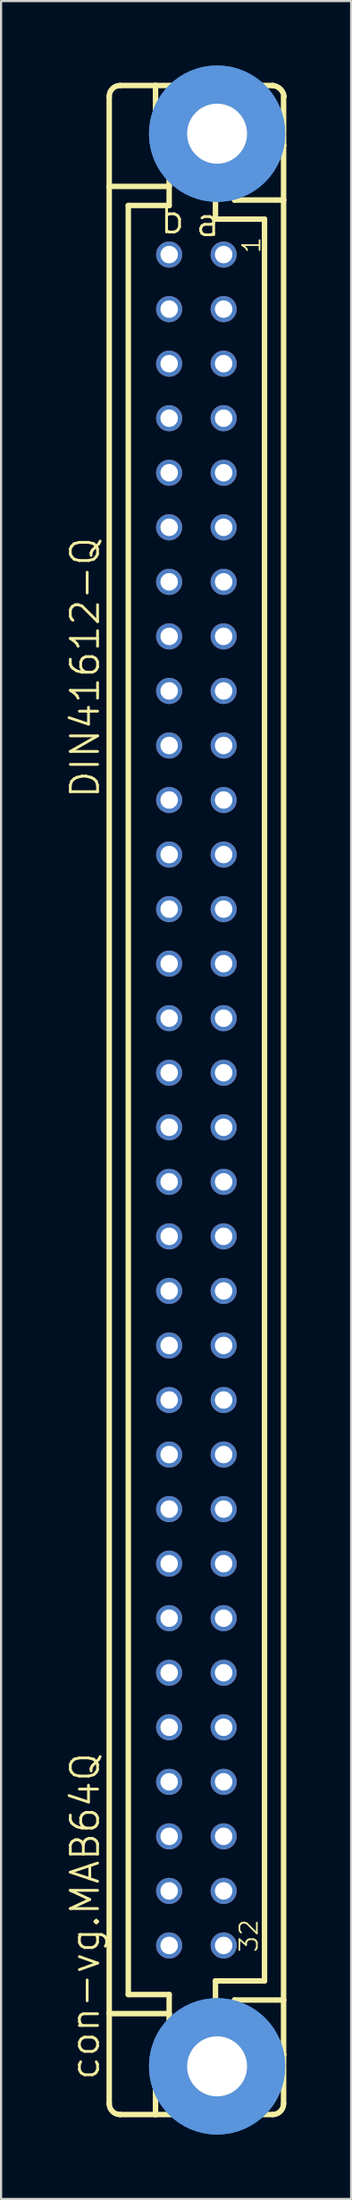
<source format=kicad_pcb>
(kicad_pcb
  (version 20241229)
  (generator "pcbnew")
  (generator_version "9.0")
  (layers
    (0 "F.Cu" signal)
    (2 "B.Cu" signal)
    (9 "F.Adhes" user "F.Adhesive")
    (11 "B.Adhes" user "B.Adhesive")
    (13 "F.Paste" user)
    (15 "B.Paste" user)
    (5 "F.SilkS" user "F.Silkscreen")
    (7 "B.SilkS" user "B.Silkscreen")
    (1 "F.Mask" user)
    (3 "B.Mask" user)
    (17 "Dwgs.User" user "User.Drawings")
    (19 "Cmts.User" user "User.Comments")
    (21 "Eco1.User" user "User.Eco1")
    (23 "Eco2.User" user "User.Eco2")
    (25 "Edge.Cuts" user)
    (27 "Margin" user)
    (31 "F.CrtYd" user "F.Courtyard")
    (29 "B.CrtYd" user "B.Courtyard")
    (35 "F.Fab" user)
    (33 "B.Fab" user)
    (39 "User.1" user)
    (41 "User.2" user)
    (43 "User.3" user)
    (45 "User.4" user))
  (footprint "con-vg.MAB64Q"
    (layer "F.Cu")
    (at 6.105 48.175)
    (property "Reference" "con-vg.MAB64Q" (at -4.445 45.72 90) (layer "F.SilkS") (effects (font (size 1.27 1.27) (thickness 0.13)) (justify left bottom)))
    (attr through_hole)
    (fp_line (start -4.064 -42.545) (end -4.064 -46.736) (stroke (width 0.254) (type default)) (layer "F.SilkS"))
    (fp_line (start -4.064 -42.545) (end -4.064 42.545) (stroke (width 0.254) (type default)) (layer "F.SilkS"))
    (fp_line (start -4.064 42.545) (end -4.064 46.736) (stroke (width 0.254) (type default)) (layer "F.SilkS"))
    (fp_line (start -3.556 47.244) (end -1.905 47.244) (stroke (width 0.254) (type default)) (layer "F.SilkS"))
    (fp_line (start -3.175 41.656) (end -3.175 -41.656) (stroke (width 0.254) (type default)) (layer "F.SilkS"))
    (fp_line (start -1.905 -47.244) (end -3.556 -47.244) (stroke (width 0.254) (type default)) (layer "F.SilkS"))
    (fp_line (start -1.905 -47.244) (end -1.905 -44.45) (stroke (width 0.254) (type default)) (layer "F.SilkS"))
    (fp_line (start -1.905 47.244) (end -1.905 44.45) (stroke (width 0.254) (type default)) (layer "F.SilkS"))
    (fp_line (start -1.905 47.244) (end 3.556 47.244) (stroke (width 0.254) (type default)) (layer "F.SilkS"))
    (fp_line (start -1.27 -42.545) (end -4.064 -42.545) (stroke (width 0.254) (type default)) (layer "F.SilkS"))
    (fp_line (start -1.27 -42.545) (end -1.27 -43.688) (stroke (width 0.254) (type default)) (layer "F.SilkS"))
    (fp_line (start -1.27 -42.545) (end -1.27 -41.656) (stroke (width 0.254) (type default)) (layer "F.SilkS"))
    (fp_line (start -1.27 -41.656) (end -3.175 -41.656) (stroke (width 0.254) (type default)) (layer "F.SilkS"))
    (fp_line (start -1.27 41.656) (end -3.175 41.656) (stroke (width 0.254) (type default)) (layer "F.SilkS"))
    (fp_line (start -1.27 42.545) (end -4.064 42.545) (stroke (width 0.254) (type default)) (layer "F.SilkS"))
    (fp_line (start -1.27 42.545) (end -1.27 41.656) (stroke (width 0.254) (type default)) (layer "F.SilkS"))
    (fp_line (start -1.27 42.545) (end -1.27 43.688) (stroke (width 0.254) (type default)) (layer "F.SilkS"))
    (fp_line (start -0.381 -42.545) (end -1.905 -44.45) (stroke (width 0.254) (type default)) (layer "F.SilkS"))
    (fp_line (start -0.381 -42.545) (end 0.889 -42.545) (stroke (width 0.254) (type default)) (layer "F.SilkS"))
    (fp_line (start -0.381 42.545) (end -1.905 44.45) (stroke (width 0.254) (type default)) (layer "F.SilkS"))
    (fp_line (start -0.381 42.545) (end 0.889 42.545) (stroke (width 0.254) (type default)) (layer "F.SilkS"))
    (fp_line (start 0.889 -42.545) (end 1.778 -42.545) (stroke (width 0.254) (type default)) (layer "F.SilkS"))
    (fp_line (start 0.889 -41.021) (end 0.889 -42.545) (stroke (width 0.254) (type default)) (layer "F.SilkS"))
    (fp_line (start 0.889 42.545) (end 0.889 41.021) (stroke (width 0.254) (type default)) (layer "F.SilkS"))
    (fp_line (start 0.889 42.545) (end 1.778 42.545) (stroke (width 0.254) (type default)) (layer "F.SilkS"))
    (fp_line (start 1.778 -42.545) (end 1.778 -41.91) (stroke (width 0.254) (type default)) (layer "F.SilkS"))
    (fp_line (start 1.778 -42.545) (end 2.667 -42.545) (stroke (width 0.254) (type default)) (layer "F.SilkS"))
    (fp_line (start 1.778 -41.91) (end 4.064 -41.91) (stroke (width 0.254) (type default)) (layer "F.SilkS"))
    (fp_line (start 1.778 41.91) (end 4.064 41.91) (stroke (width 0.254) (type default)) (layer "F.SilkS"))
    (fp_line (start 1.778 42.545) (end 1.778 41.91) (stroke (width 0.254) (type default)) (layer "F.SilkS"))
    (fp_line (start 1.778 42.545) (end 2.667 42.545) (stroke (width 0.254) (type default)) (layer "F.SilkS"))
    (fp_line (start 2.667 -42.545) (end 4.064 -44.45) (stroke (width 0.254) (type default)) (layer "F.SilkS"))
    (fp_line (start 2.667 42.545) (end 4.064 44.45) (stroke (width 0.254) (type default)) (layer "F.SilkS"))
    (fp_line (start 3.175 -41.021) (end 0.889 -41.021) (stroke (width 0.254) (type default)) (layer "F.SilkS"))
    (fp_line (start 3.175 41.021) (end 0.889 41.021) (stroke (width 0.254) (type default)) (layer "F.SilkS"))
    (fp_line (start 3.175 41.021) (end 3.175 -41.021) (stroke (width 0.254) (type default)) (layer "F.SilkS"))
    (fp_line (start 3.556 -47.244) (end -1.905 -47.244) (stroke (width 0.254) (type default)) (layer "F.SilkS"))
    (fp_line (start 4.064 -44.45) (end 4.064 -46.736) (stroke (width 0.254) (type default)) (layer "F.SilkS"))
    (fp_line (start 4.064 -44.45) (end 4.064 -41.91) (stroke (width 0.254) (type default)) (layer "F.SilkS"))
    (fp_line (start 4.064 -41.91) (end 4.064 41.91) (stroke (width 0.254) (type default)) (layer "F.SilkS"))
    (fp_line (start 4.064 41.91) (end 4.064 44.45) (stroke (width 0.254) (type default)) (layer "F.SilkS"))
    (fp_line (start 4.064 44.45) (end 4.064 46.736) (stroke (width 0.254) (type default)) (layer "F.SilkS"))
    (fp_arc (start -4.064 -46.736) (mid -3.91521 -47.09521) (end -3.556 -47.244) (stroke (width 0.254) (type default)) (layer "F.SilkS"))
    (fp_arc (start -3.556 47.244) (mid -3.91521 47.09521) (end -4.064 46.736) (stroke (width 0.254) (type default)) (layer "F.SilkS"))
    (fp_arc (start 3.556 -47.244) (mid 3.909437 -47.084315) (end 4.086 -46.739) (stroke (width 0.254) (type default)) (layer "F.SilkS"))
    (fp_arc (start 4.064 46.736) (mid 3.91521 47.09521) (end 3.556 47.244) (stroke (width 0.254) (type default)) (layer "F.SilkS"))
    (fp_circle (center 0.965 -45) (end 2.235 -45) (stroke (width 0.254) (type default)) (fill no) (layer "F.SilkS"))
    (fp_circle (center 0.965 45) (end 2.235 45) (stroke (width 0.254) (type default)) (fill no) (layer "F.SilkS"))
    (fp_circle (center 0.965 -45) (end 3.251 -45) (stroke (width 1.778) (type default)) (fill no) (layer "Cmts.User"))
    (fp_circle (center 0.965 -45) (end 3.251 -45) (stroke (width 1.778) (type default)) (fill no) (layer "Cmts.User"))
    (fp_circle (center 0.965 45) (end 3.251 45) (stroke (width 1.778) (type default)) (fill no) (layer "Cmts.User"))
    (fp_circle (center 0.965 45) (end 3.251 45) (stroke (width 1.778) (type default)) (fill no) (layer "Cmts.User"))
    (fp_text user "a" (at -0.127 -40.132 0) (layer "F.SilkS") (effects (font (size 1.27 1.27) (thickness 0.13)) (justify left bottom)))
    (fp_text user "DIN41612-Q" (at -4.445 -13.97 90) (layer "F.SilkS") (effects (font (size 1.27 1.27) (thickness 0.13)) (justify left bottom)))
    (fp_text user "1" (at 3.048 -39.37 90) (layer "F.SilkS") (effects (font (size 0.813 0.813) (thickness 0.08)) (justify left bottom)))
    (fp_text user "32" (at 2.921 39.751 90) (layer "F.SilkS") (effects (font (size 0.813 0.813) (thickness 0.08)) (justify left bottom)))
    (fp_text user "b" (at -1.778 -40.259 0) (layer "F.SilkS") (effects (font (size 1.27 1.27) (thickness 0.13)) (justify left bottom)))
    (pad "" np_thru_hole circle (at 0.965 -45) (size 2.794 2.794) (drill 2.794) (layers "*.Cu" "*.Mask"))
    (pad "" np_thru_hole circle (at 0.965 45) (size 2.794 2.794) (drill 2.794) (layers "*.Cu" "*.Mask"))
    (pad "A1" thru_hole circle (at 1.27 -39.37) (size 1.219 1.219) (drill 0.813) (layers "*.Cu" "*.Mask"))
    (pad "A2" thru_hole circle (at 1.27 -36.83) (size 1.219 1.219) (drill 0.813) (layers "*.Cu" "*.Mask"))
    (pad "A3" thru_hole circle (at 1.27 -34.29) (size 1.219 1.219) (drill 0.813) (layers "*.Cu" "*.Mask"))
    (pad "A4" thru_hole circle (at 1.27 -31.75) (size 1.219 1.219) (drill 0.813) (layers "*.Cu" "*.Mask"))
    (pad "A5" thru_hole circle (at 1.27 -29.21) (size 1.219 1.219) (drill 0.813) (layers "*.Cu" "*.Mask"))
    (pad "A6" thru_hole circle (at 1.27 -26.67) (size 1.219 1.219) (drill 0.813) (layers "*.Cu" "*.Mask"))
    (pad "A7" thru_hole circle (at 1.27 -24.13) (size 1.219 1.219) (drill 0.813) (layers "*.Cu" "*.Mask"))
    (pad "A8" thru_hole circle (at 1.27 -21.59) (size 1.219 1.219) (drill 0.813) (layers "*.Cu" "*.Mask"))
    (pad "A9" thru_hole circle (at 1.27 -19.05) (size 1.219 1.219) (drill 0.813) (layers "*.Cu" "*.Mask"))
    (pad "A10" thru_hole circle (at 1.27 -16.51) (size 1.219 1.219) (drill 0.813) (layers "*.Cu" "*.Mask"))
    (pad "A11" thru_hole circle (at 1.27 -13.97) (size 1.219 1.219) (drill 0.813) (layers "*.Cu" "*.Mask"))
    (pad "A12" thru_hole circle (at 1.27 -11.43) (size 1.219 1.219) (drill 0.813) (layers "*.Cu" "*.Mask"))
    (pad "A13" thru_hole circle (at 1.27 -8.89) (size 1.219 1.219) (drill 0.813) (layers "*.Cu" "*.Mask"))
    (pad "A14" thru_hole circle (at 1.27 -6.35) (size 1.219 1.219) (drill 0.813) (layers "*.Cu" "*.Mask"))
    (pad "A15" thru_hole circle (at 1.27 -3.81) (size 1.219 1.219) (drill 0.813) (layers "*.Cu" "*.Mask"))
    (pad "A16" thru_hole circle (at 1.27 -1.27) (size 1.219 1.219) (drill 0.813) (layers "*.Cu" "*.Mask"))
    (pad "A17" thru_hole circle (at 1.27 1.27) (size 1.219 1.219) (drill 0.813) (layers "*.Cu" "*.Mask"))
    (pad "A18" thru_hole circle (at 1.27 3.81) (size 1.219 1.219) (drill 0.813) (layers "*.Cu" "*.Mask"))
    (pad "A19" thru_hole circle (at 1.27 6.35) (size 1.219 1.219) (drill 0.813) (layers "*.Cu" "*.Mask"))
    (pad "A20" thru_hole circle (at 1.27 8.89) (size 1.219 1.219) (drill 0.813) (layers "*.Cu" "*.Mask"))
    (pad "A21" thru_hole circle (at 1.27 11.43) (size 1.219 1.219) (drill 0.813) (layers "*.Cu" "*.Mask"))
    (pad "A22" thru_hole circle (at 1.27 13.97) (size 1.219 1.219) (drill 0.813) (layers "*.Cu" "*.Mask"))
    (pad "A23" thru_hole circle (at 1.27 16.51) (size 1.219 1.219) (drill 0.813) (layers "*.Cu" "*.Mask"))
    (pad "A24" thru_hole circle (at 1.27 19.05) (size 1.219 1.219) (drill 0.813) (layers "*.Cu" "*.Mask"))
    (pad "A25" thru_hole circle (at 1.27 21.59) (size 1.219 1.219) (drill 0.813) (layers "*.Cu" "*.Mask"))
    (pad "A26" thru_hole circle (at 1.27 24.13) (size 1.219 1.219) (drill 0.813) (layers "*.Cu" "*.Mask"))
    (pad "A27" thru_hole circle (at 1.27 26.67) (size 1.219 1.219) (drill 0.813) (layers "*.Cu" "*.Mask"))
    (pad "A28" thru_hole circle (at 1.27 29.21) (size 1.219 1.219) (drill 0.813) (layers "*.Cu" "*.Mask"))
    (pad "A29" thru_hole circle (at 1.27 31.75) (size 1.219 1.219) (drill 0.813) (layers "*.Cu" "*.Mask"))
    (pad "A30" thru_hole circle (at 1.27 34.29) (size 1.219 1.219) (drill 0.813) (layers "*.Cu" "*.Mask"))
    (pad "A31" thru_hole circle (at 1.27 36.83) (size 1.219 1.219) (drill 0.813) (layers "*.Cu" "*.Mask"))
    (pad "A32" thru_hole circle (at 1.27 39.37) (size 1.219 1.219) (drill 0.813) (layers "*.Cu" "*.Mask"))
    (pad "B1" thru_hole circle (at -1.27 -39.37) (size 1.219 1.219) (drill 0.813) (layers "*.Cu" "*.Mask"))
    (pad "B2" thru_hole circle (at -1.27 -36.83) (size 1.219 1.219) (drill 0.813) (layers "*.Cu" "*.Mask"))
    (pad "B3" thru_hole circle (at -1.27 -34.29) (size 1.219 1.219) (drill 0.813) (layers "*.Cu" "*.Mask"))
    (pad "B4" thru_hole circle (at -1.27 -31.75) (size 1.219 1.219) (drill 0.813) (layers "*.Cu" "*.Mask"))
    (pad "B5" thru_hole circle (at -1.27 -29.21) (size 1.219 1.219) (drill 0.813) (layers "*.Cu" "*.Mask"))
    (pad "B6" thru_hole circle (at -1.27 -26.67) (size 1.219 1.219) (drill 0.813) (layers "*.Cu" "*.Mask"))
    (pad "B7" thru_hole circle (at -1.27 -24.13) (size 1.219 1.219) (drill 0.813) (layers "*.Cu" "*.Mask"))
    (pad "B8" thru_hole circle (at -1.27 -21.59) (size 1.219 1.219) (drill 0.813) (layers "*.Cu" "*.Mask"))
    (pad "B9" thru_hole circle (at -1.27 -19.05) (size 1.219 1.219) (drill 0.813) (layers "*.Cu" "*.Mask"))
    (pad "B10" thru_hole circle (at -1.27 -16.51) (size 1.219 1.219) (drill 0.813) (layers "*.Cu" "*.Mask"))
    (pad "B11" thru_hole circle (at -1.27 -13.97) (size 1.219 1.219) (drill 0.813) (layers "*.Cu" "*.Mask"))
    (pad "B12" thru_hole circle (at -1.27 -11.43) (size 1.219 1.219) (drill 0.813) (layers "*.Cu" "*.Mask"))
    (pad "B13" thru_hole circle (at -1.27 -8.89) (size 1.219 1.219) (drill 0.813) (layers "*.Cu" "*.Mask"))
    (pad "B14" thru_hole circle (at -1.27 -6.35) (size 1.219 1.219) (drill 0.813) (layers "*.Cu" "*.Mask"))
    (pad "B15" thru_hole circle (at -1.27 -3.81) (size 1.219 1.219) (drill 0.813) (layers "*.Cu" "*.Mask"))
    (pad "B16" thru_hole circle (at -1.27 -1.27) (size 1.219 1.219) (drill 0.813) (layers "*.Cu" "*.Mask"))
    (pad "B17" thru_hole circle (at -1.27 1.27) (size 1.219 1.219) (drill 0.813) (layers "*.Cu" "*.Mask"))
    (pad "B18" thru_hole circle (at -1.27 3.81) (size 1.219 1.219) (drill 0.813) (layers "*.Cu" "*.Mask"))
    (pad "B19" thru_hole circle (at -1.27 6.35) (size 1.219 1.219) (drill 0.813) (layers "*.Cu" "*.Mask"))
    (pad "B20" thru_hole circle (at -1.27 8.89) (size 1.219 1.219) (drill 0.813) (layers "*.Cu" "*.Mask"))
    (pad "B21" thru_hole circle (at -1.27 11.43) (size 1.219 1.219) (drill 0.813) (layers "*.Cu" "*.Mask"))
    (pad "B22" thru_hole circle (at -1.27 13.97) (size 1.219 1.219) (drill 0.813) (layers "*.Cu" "*.Mask"))
    (pad "B23" thru_hole circle (at -1.27 16.51) (size 1.219 1.219) (drill 0.813) (layers "*.Cu" "*.Mask"))
    (pad "B24" thru_hole circle (at -1.27 19.05) (size 1.219 1.219) (drill 0.813) (layers "*.Cu" "*.Mask"))
    (pad "B25" thru_hole circle (at -1.27 21.59) (size 1.219 1.219) (drill 0.813) (layers "*.Cu" "*.Mask"))
    (pad "B26" thru_hole circle (at -1.27 24.13) (size 1.219 1.219) (drill 0.813) (layers "*.Cu" "*.Mask"))
    (pad "B27" thru_hole circle (at -1.27 26.67) (size 1.219 1.219) (drill 0.813) (layers "*.Cu" "*.Mask"))
    (pad "B28" thru_hole circle (at -1.27 29.21) (size 1.219 1.219) (drill 0.813) (layers "*.Cu" "*.Mask"))
    (pad "B29" thru_hole circle (at -1.27 31.75) (size 1.219 1.219) (drill 0.813) (layers "*.Cu" "*.Mask"))
    (pad "B30" thru_hole circle (at -1.27 34.29) (size 1.219 1.219) (drill 0.813) (layers "*.Cu" "*.Mask"))
    (pad "B31" thru_hole circle (at -1.27 36.83) (size 1.219 1.219) (drill 0.813) (layers "*.Cu" "*.Mask"))
    (pad "B32" thru_hole circle (at -1.27 39.37) (size 1.219 1.219) (drill 0.813) (layers "*.Cu" "*.Mask")))
  (gr_rect
    (start -3 -3)
    (end 13.318 99.35)
    (stroke (width 0.1) (type default))
    (fill no)
    (layer "Edge.Cuts")))
</source>
